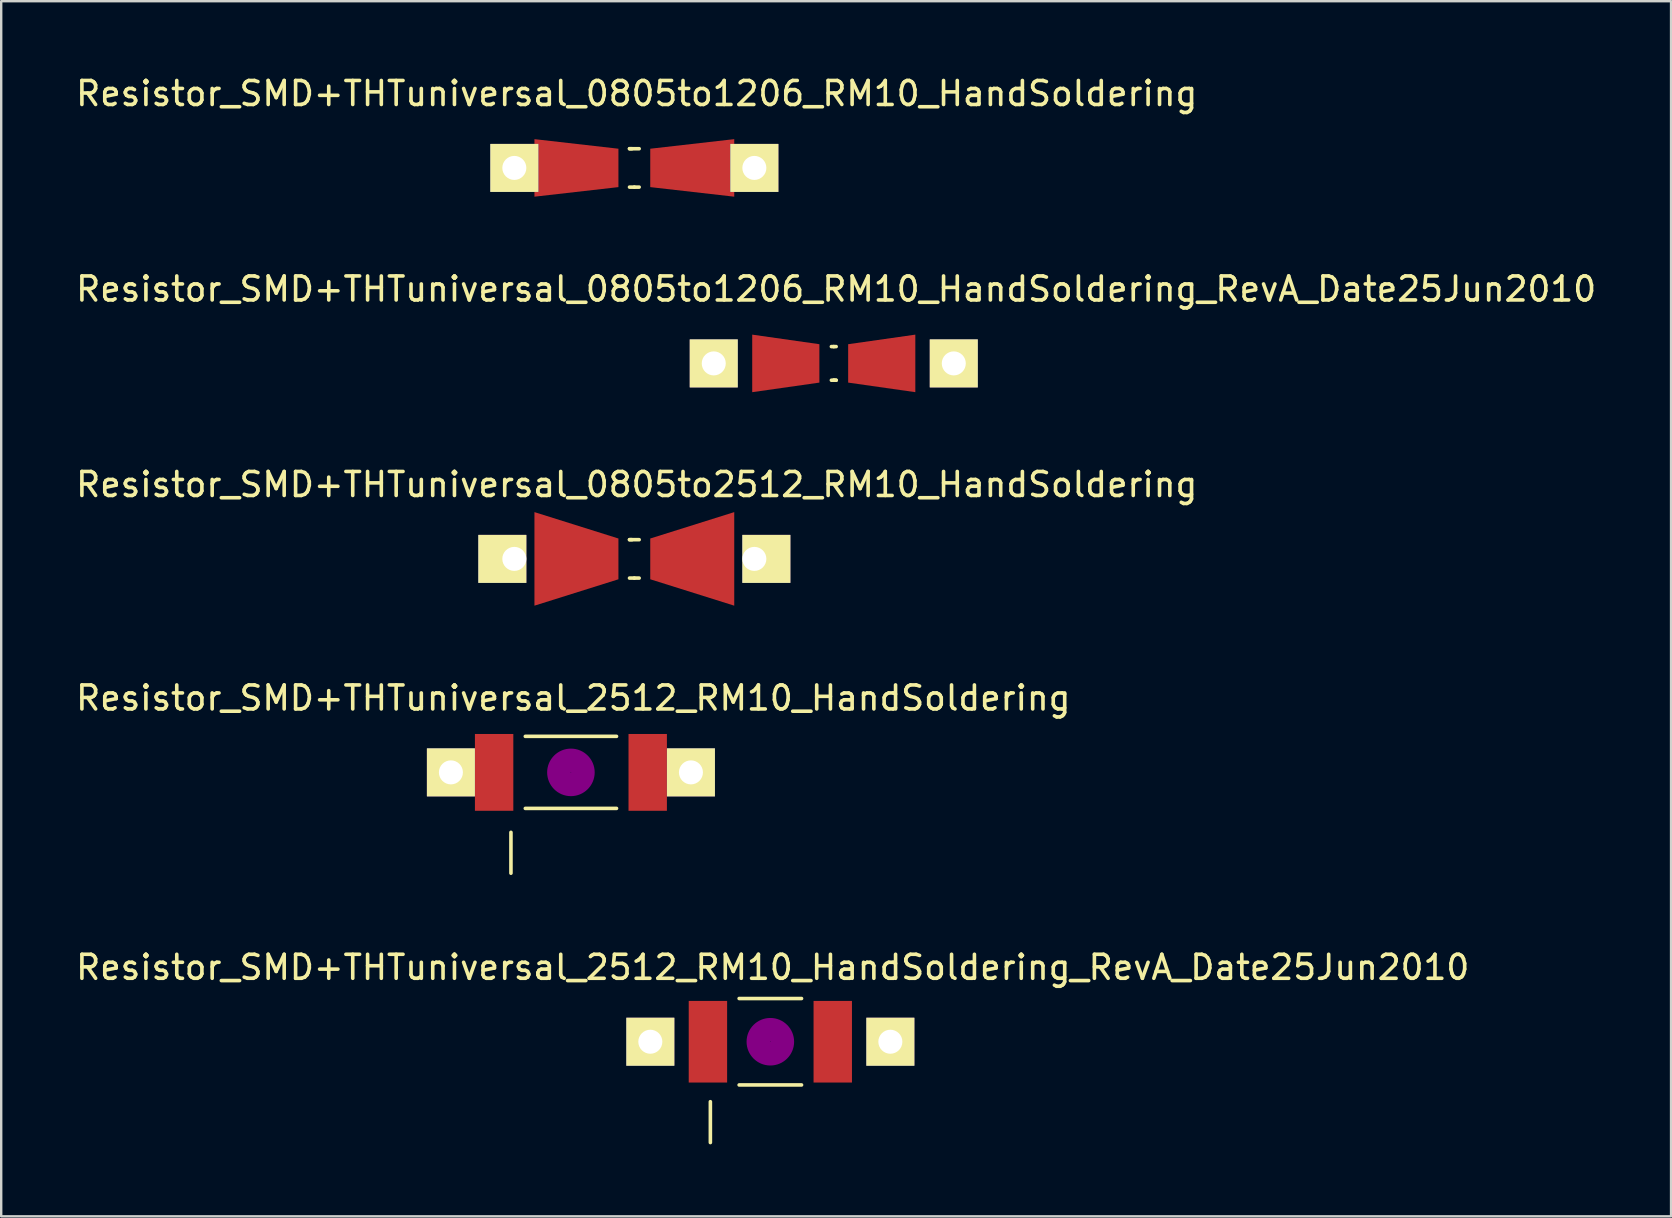
<source format=kicad_pcb>
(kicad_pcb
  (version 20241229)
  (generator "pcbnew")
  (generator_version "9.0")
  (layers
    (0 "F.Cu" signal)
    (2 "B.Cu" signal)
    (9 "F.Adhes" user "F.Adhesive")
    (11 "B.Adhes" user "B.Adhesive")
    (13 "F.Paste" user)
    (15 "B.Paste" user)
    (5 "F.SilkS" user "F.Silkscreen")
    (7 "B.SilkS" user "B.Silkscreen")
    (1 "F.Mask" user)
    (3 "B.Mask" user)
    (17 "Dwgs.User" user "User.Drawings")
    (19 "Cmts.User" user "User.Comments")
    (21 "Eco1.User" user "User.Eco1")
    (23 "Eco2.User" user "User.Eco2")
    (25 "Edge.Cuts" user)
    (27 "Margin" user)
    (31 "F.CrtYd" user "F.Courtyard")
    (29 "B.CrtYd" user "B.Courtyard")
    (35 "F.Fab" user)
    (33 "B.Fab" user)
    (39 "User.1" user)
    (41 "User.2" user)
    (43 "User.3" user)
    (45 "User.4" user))
  (footprint "Resistor_SMD+THTuniversal_2512_RM10_HandSoldering_RevA_Date25Jun2010"
    (layer "F.Cu")
    (at 29.05 40.359)
    (property "Reference" "Resistor_SMD+THTuniversal_2512_RM10_HandSoldering_RevA_Date25Jun2010" (at 0.099 -3.099 0) (layer "F.SilkS") (effects (font (size 1 1) (thickness 0.15))))
    (attr through_hole)
    (fp_line (start -2.499 2.499) (end -2.499 4.201) (stroke (width 0.15) (type solid)) (layer "F.SilkS"))
    (fp_line (start -1.3 1.801) (end 1.3 1.801) (stroke (width 0.15) (type solid)) (layer "F.SilkS"))
    (fp_line (start 1.3 -1.801) (end -1.3 -1.801) (stroke (width 0.15) (type solid)) (layer "F.SilkS"))
    (fp_circle (center 0 0) (end 0.201 0) (stroke (width 0.381) (type solid)) (fill no) (layer "F.Adhes"))
    (fp_circle (center 0 0) (end 0.5 0) (stroke (width 0.381) (type solid)) (fill no) (layer "F.Adhes"))
    (fp_circle (center 0 0) (end 0.8 0) (stroke (width 0.381) (type solid)) (fill no) (layer "F.Adhes"))
    (pad "1" thru_hole rect (at -5.001 0 180) (size 1.999 1.999) (drill 1.001) (layers "*.Cu" "*.Mask" "F.SilkS"))
    (pad "1" smd rect (at -2.601 0) (size 1.6 3.401) (layers "F.Cu" "F.Mask" "F.Paste"))
    (pad "2" smd rect (at 2.601 0) (size 1.6 3.401) (layers "F.Cu" "F.Mask" "F.Paste"))
    (pad "2" thru_hole rect (at 5.001 0 180) (size 1.999 1.999) (drill 1.001) (layers "*.Cu" "*.Mask" "F.SilkS")))
  (footprint "Resistor_SMD+THTuniversal_0805to2512_RM10_HandSoldering"
    (layer "F.Cu")
    (at 23.383 20.239)
    (property "Reference" "Resistor_SMD+THTuniversal_0805to2512_RM10_HandSoldering" (at 0.099 -3.099 0) (layer "F.SilkS") (effects (font (size 1 1) (thickness 0.15))))
    (attr through_hole)
    (fp_line (start -0.201 -0.8) (end 0.201 -0.8) (stroke (width 0.15) (type solid)) (layer "F.SilkS"))
    (fp_line (start -0.099 -0.8) (end -0.201 -0.8) (stroke (width 0.15) (type solid)) (layer "F.SilkS"))
    (fp_line (start 0 0.8) (end -0.201 0.8) (stroke (width 0.15) (type solid)) (layer "F.SilkS"))
    (fp_line (start 0 0.8) (end 0.201 0.8) (stroke (width 0.15) (type solid)) (layer "F.SilkS"))
    (pad "1" thru_hole rect (at -5.001 0 180) (size 1.999 1.999) (drill 1.001 (offset 0.5 0)) (layers "*.Cu" "*.Mask" "F.SilkS"))
    (pad "1" smd trapezoid (at -2.413 0) (size 3.5 2.799) (rect_delta 1.1 0) (layers "F.Cu" "F.Mask" "F.Paste"))
    (pad "2" smd trapezoid (at 2.413 0 180) (size 3.5 2.799) (rect_delta 1.1 0) (layers "F.Cu" "F.Mask" "F.Paste"))
    (pad "2" thru_hole rect (at 5.001 0 180) (size 1.999 1.999) (drill 1.001 (offset -0.5 0)) (layers "*.Cu" "*.Mask" "F.SilkS")))
  (footprint "Resistor_SMD+THTuniversal_2512_RM10_HandSoldering"
    (layer "F.Cu")
    (at 20.74 29.135)
    (property "Reference" "Resistor_SMD+THTuniversal_2512_RM10_HandSoldering" (at 0.099 -3.099 0) (layer "F.SilkS") (effects (font (size 1 1) (thickness 0.15))))
    (attr through_hole)
    (fp_line (start -2.499 2.499) (end -2.499 4.201) (stroke (width 0.15) (type solid)) (layer "F.SilkS"))
    (fp_line (start 1.9 -1.501) (end -1.9 -1.501) (stroke (width 0.15) (type solid)) (layer "F.SilkS"))
    (fp_line (start 1.9 1.501) (end -1.9 1.501) (stroke (width 0.15) (type solid)) (layer "F.SilkS"))
    (fp_circle (center 0 0) (end 0.201 0) (stroke (width 0.381) (type solid)) (fill no) (layer "F.Adhes"))
    (fp_circle (center 0 0) (end 0.5 0) (stroke (width 0.381) (type solid)) (fill no) (layer "F.Adhes"))
    (fp_circle (center 0 0) (end 0.8 0) (stroke (width 0.381) (type solid)) (fill no) (layer "F.Adhes"))
    (pad "1" thru_hole rect (at -5.001 0 180) (size 1.999 1.999) (drill 1.001) (layers "*.Cu" "*.Mask" "F.SilkS"))
    (pad "1" smd rect (at -3.2 0) (size 1.6 3.2) (layers "F.Cu" "F.Mask" "F.Paste"))
    (pad "2" smd rect (at 3.2 0) (size 1.6 3.2) (layers "F.Cu" "F.Mask" "F.Paste"))
    (pad "2" thru_hole rect (at 5.001 0 180) (size 1.999 1.999) (drill 1.001) (layers "*.Cu" "*.Mask" "F.SilkS")))
  (footprint "Resistor_SMD+THTuniversal_0805to1206_RM10_HandSoldering"
    (layer "F.Cu")
    (at 23.383 3.947)
    (property "Reference" "Resistor_SMD+THTuniversal_0805to1206_RM10_HandSoldering" (at 0.099 -3.099 0) (layer "F.SilkS") (effects (font (size 1 1) (thickness 0.15))))
    (attr through_hole)
    (fp_line (start -0.201 -0.8) (end 0.201 -0.8) (stroke (width 0.15) (type solid)) (layer "F.SilkS"))
    (fp_line (start -0.099 -0.8) (end -0.201 -0.8) (stroke (width 0.15) (type solid)) (layer "F.SilkS"))
    (fp_line (start 0 0.8) (end -0.201 0.8) (stroke (width 0.15) (type solid)) (layer "F.SilkS"))
    (fp_line (start 0 0.8) (end 0.201 0.8) (stroke (width 0.15) (type solid)) (layer "F.SilkS"))
    (pad "1" thru_hole rect (at -5.001 0 180) (size 1.999 1.999) (drill 1.001) (layers "*.Cu" "*.Mask" "F.SilkS"))
    (pad "1" smd trapezoid (at -2.413 0) (size 3.5 1.999) (rect_delta 0.399 0) (layers "F.Cu" "F.Mask" "F.Paste"))
    (pad "2" smd trapezoid (at 2.413 0 180) (size 3.5 1.999) (rect_delta 0.399 0) (layers "F.Cu" "F.Mask" "F.Paste"))
    (pad "2" thru_hole rect (at 5.001 0 180) (size 1.999 1.999) (drill 1.001) (layers "*.Cu" "*.Mask" "F.SilkS")))
  (footprint "Resistor_SMD+THTuniversal_0805to1206_RM10_HandSoldering_RevA_Date25Jun2010"
    (layer "F.Cu")
    (at 31.693 12.093)
    (property "Reference" "Resistor_SMD+THTuniversal_0805to1206_RM10_HandSoldering_RevA_Date25Jun2010" (at 0.099 -3.099 0) (layer "F.SilkS") (effects (font (size 1 1) (thickness 0.15))))
    (attr through_hole)
    (fp_line (start 0 -0.701) (end -0.099 -0.701) (stroke (width 0.15) (type solid)) (layer "F.SilkS"))
    (fp_line (start 0 -0.701) (end 0.099 -0.701) (stroke (width 0.15) (type solid)) (layer "F.SilkS"))
    (fp_line (start 0 0.701) (end -0.099 0.701) (stroke (width 0.15) (type solid)) (layer "F.SilkS"))
    (fp_line (start 0 0.701) (end 0.099 0.701) (stroke (width 0.15) (type solid)) (layer "F.SilkS"))
    (fp_line (start 0.099 0.701) (end 0 0.701) (stroke (width 0.15) (type solid)) (layer "F.SilkS"))
    (pad "1" thru_hole rect (at -5.001 0 180) (size 1.999 1.999) (drill 1.001) (layers "*.Cu" "*.Mask" "F.SilkS"))
    (pad "1" smd trapezoid (at -1.999 0) (size 2.799 1.999) (rect_delta 0.399 0) (layers "F.Cu" "F.Mask" "F.Paste"))
    (pad "2" smd trapezoid (at 1.999 0 180) (size 2.799 1.999) (rect_delta 0.399 0) (layers "F.Cu" "F.Mask" "F.Paste"))
    (pad "2" thru_hole rect (at 5.001 0 180) (size 1.999 1.999) (drill 1.001) (layers "*.Cu" "*.Mask" "F.SilkS")))
  (gr_rect
    (start -3 -3)
    (end 66.583 47.635)
    (stroke (width 0.1) (type default))
    (fill no)
    (layer "Edge.Cuts")))
</source>
